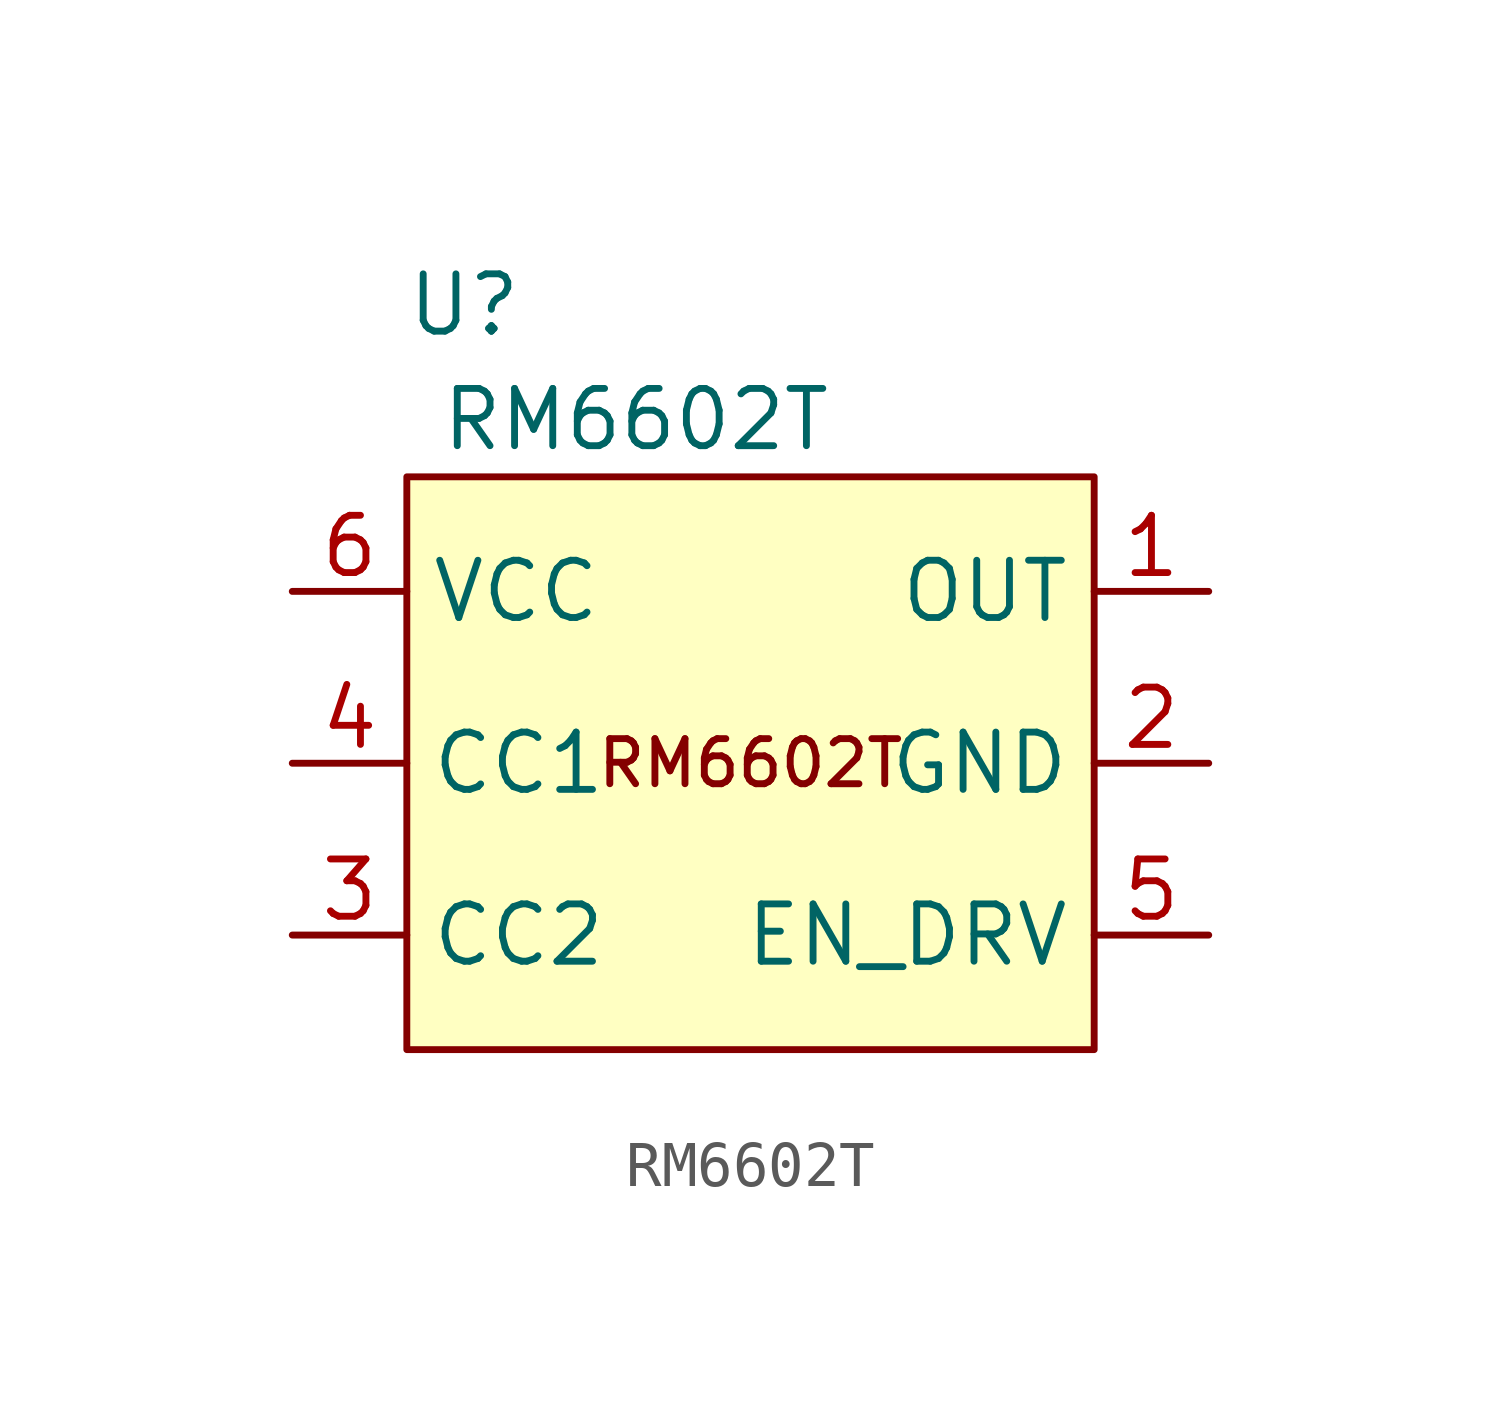
<source format=kicad_sym>
(kicad_symbol_lib
  (version 20220914)
  (generator kicad_symbol_editor)
  (symbol "RM6602T"
    (property "Reference" "U"
      (at -6.35 10.16 0)
      (effects (font (size 1.27 1.27))))
    (property "Value" "RM6602T"
      (at -2.54 7.62 0)
      (effects (font (size 1.27 1.27))))
    (symbol "RM6602T_0_0"
      (pin output line (at 10.16 3.81 180) (length 2.54) (name "OUT" (effects (font (size 1.27 1.27)))) (number "1" (effects (font (size 1.27 1.27)))))
      (pin power_in line (at 10.16 0 180) (length 2.54) (name "GND" (effects (font (size 1.27 1.27)))) (number "2" (effects (font (size 1.27 1.27)))))
      (pin bidirectional line (at -10.16 -3.81 0) (length 2.54) (name "CC2" (effects (font (size 1.27 1.27)))) (number "3" (effects (font (size 1.27 1.27)))))
      (pin bidirectional line (at -10.16 0 0) (length 2.54) (name "CC1" (effects (font (size 1.27 1.27)))) (number "4" (effects (font (size 1.27 1.27)))))
      (pin output line (at 10.16 -3.81 180) (length 2.54) (name "EN_DRV" (effects (font (size 1.27 1.27)))) (number "5" (effects (font (size 1.27 1.27)))))
      (pin power_in line (at -10.16 3.81 0) (length 2.54) (name "VCC" (effects (font (size 1.27 1.27)))) (number "6" (effects (font (size 1.27 1.27))))))
    (symbol "RM6602T_0_1"
      (rectangle (start -7.62 6.35) (end 7.62 -6.35) (stroke (width 0) (type default)) (fill (type background)))
      (text "RM6602T" (at 0 0 0) (effects (font (size 1 1)))))))
</source>
